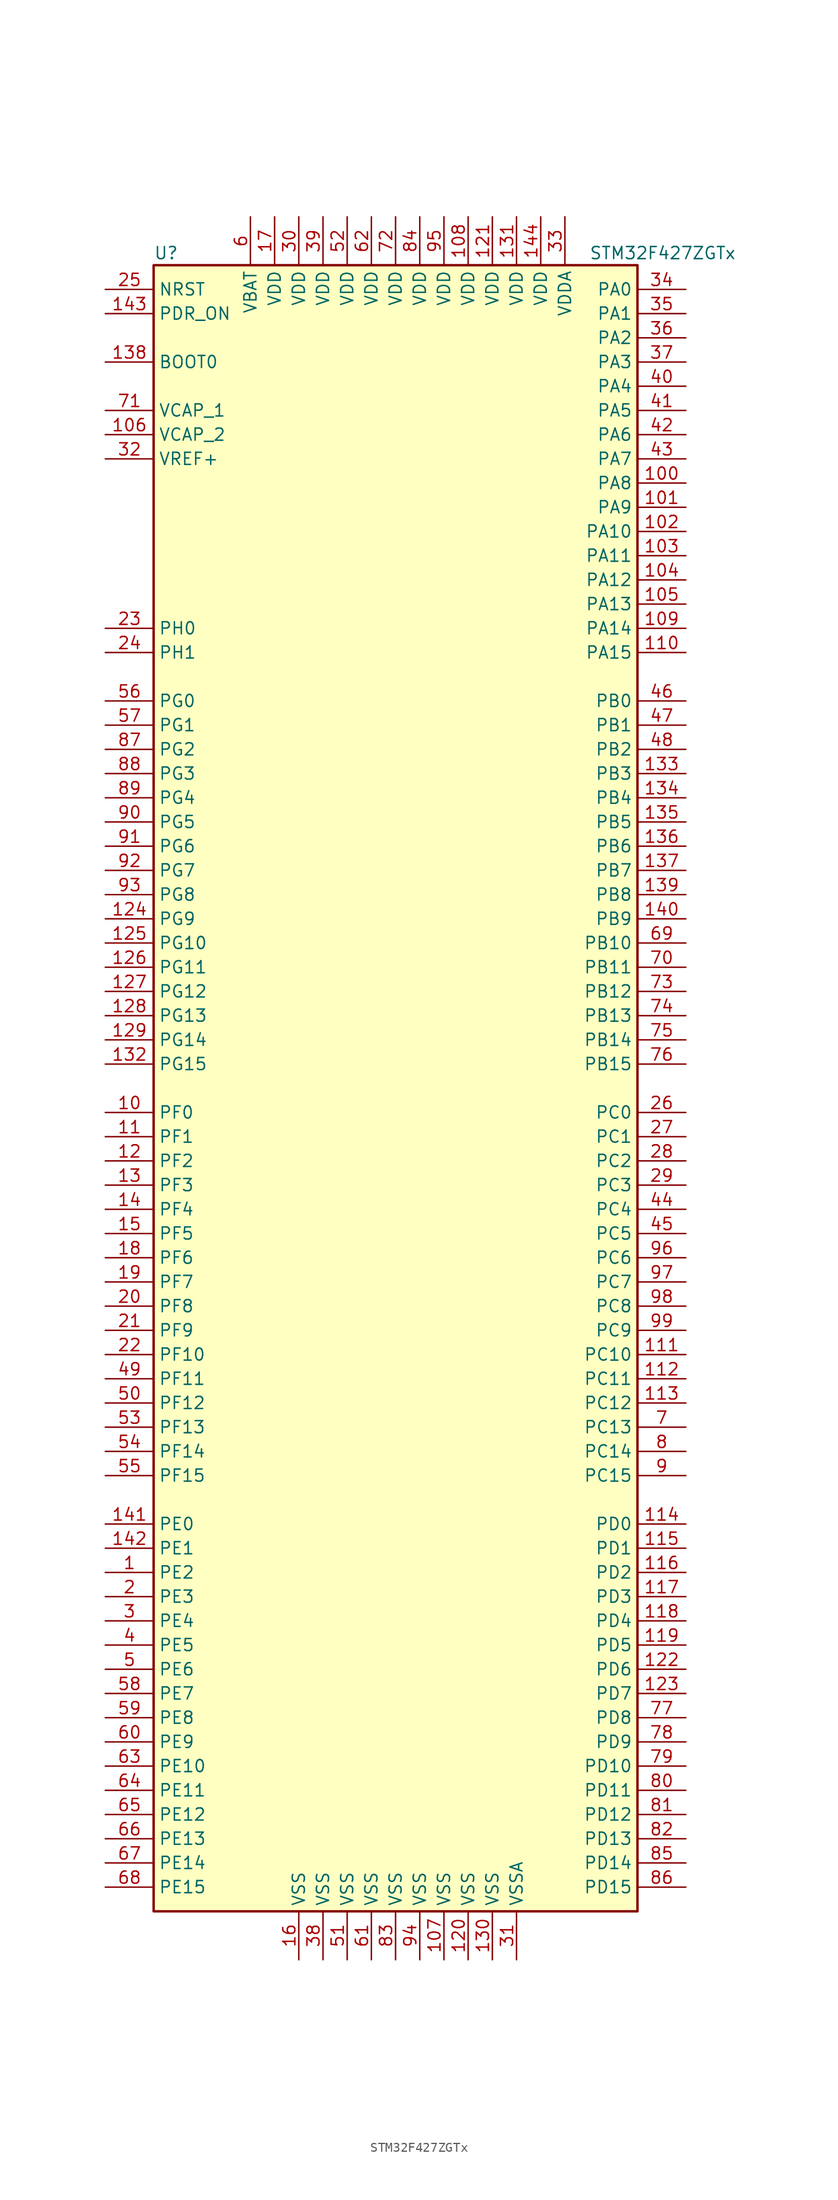
<source format=kicad_sym>
(kicad_symbol_lib
  (version 20220914)
  (generator kicad_symbol_editor)
  (symbol "STM32F427ZGTx"
    (property "Reference" "U"
      (at -25.4 87.63 0)
      (effects (font (size 1.27 1.27)) (justify left)))
    (property "Value" "STM32F427ZGTx"
      (at 20.32 87.63 0)
      (effects (font (size 1.27 1.27)) (justify left)))
    (symbol "STM32F427ZGTx_0_1"
      (rectangle (start -25.4 -86.36) (end 25.4 86.36) (stroke (width 0.254) (type default)) (fill (type background))))
    (symbol "STM32F427ZGTx_1_1"
      (pin bidirectional line (at -30.48 -50.8 0) (length 5.08) (name "PE2" (effects (font (size 1.27 1.27)))) (number "1" (effects (font (size 1.27 1.27)))))
      (pin bidirectional line (at -30.48 -2.54 0) (length 5.08) (name "PF0" (effects (font (size 1.27 1.27)))) (number "10" (effects (font (size 1.27 1.27)))))
      (pin bidirectional line (at 30.48 63.5 180) (length 5.08) (name "PA8" (effects (font (size 1.27 1.27)))) (number "100" (effects (font (size 1.27 1.27)))))
      (pin bidirectional line (at 30.48 60.96 180) (length 5.08) (name "PA9" (effects (font (size 1.27 1.27)))) (number "101" (effects (font (size 1.27 1.27)))))
      (pin bidirectional line (at 30.48 58.42 180) (length 5.08) (name "PA10" (effects (font (size 1.27 1.27)))) (number "102" (effects (font (size 1.27 1.27)))))
      (pin bidirectional line (at 30.48 55.88 180) (length 5.08) (name "PA11" (effects (font (size 1.27 1.27)))) (number "103" (effects (font (size 1.27 1.27)))))
      (pin bidirectional line (at 30.48 53.34 180) (length 5.08) (name "PA12" (effects (font (size 1.27 1.27)))) (number "104" (effects (font (size 1.27 1.27)))))
      (pin bidirectional line (at 30.48 50.8 180) (length 5.08) (name "PA13" (effects (font (size 1.27 1.27)))) (number "105" (effects (font (size 1.27 1.27)))))
      (pin power_in line (at -30.48 68.58 0) (length 5.08) (name "VCAP_2" (effects (font (size 1.27 1.27)))) (number "106" (effects (font (size 1.27 1.27)))))
      (pin power_in line (at 5.08 -91.44 90) (length 5.08) (name "VSS" (effects (font (size 1.27 1.27)))) (number "107" (effects (font (size 1.27 1.27)))))
      (pin power_in line (at 7.62 91.44 270) (length 5.08) (name "VDD" (effects (font (size 1.27 1.27)))) (number "108" (effects (font (size 1.27 1.27)))))
      (pin bidirectional line (at 30.48 48.26 180) (length 5.08) (name "PA14" (effects (font (size 1.27 1.27)))) (number "109" (effects (font (size 1.27 1.27)))))
      (pin bidirectional line (at -30.48 -5.08 0) (length 5.08) (name "PF1" (effects (font (size 1.27 1.27)))) (number "11" (effects (font (size 1.27 1.27)))))
      (pin bidirectional line (at 30.48 45.72 180) (length 5.08) (name "PA15" (effects (font (size 1.27 1.27)))) (number "110" (effects (font (size 1.27 1.27)))))
      (pin bidirectional line (at 30.48 -27.94 180) (length 5.08) (name "PC10" (effects (font (size 1.27 1.27)))) (number "111" (effects (font (size 1.27 1.27)))))
      (pin bidirectional line (at 30.48 -30.48 180) (length 5.08) (name "PC11" (effects (font (size 1.27 1.27)))) (number "112" (effects (font (size 1.27 1.27)))))
      (pin bidirectional line (at 30.48 -33.02 180) (length 5.08) (name "PC12" (effects (font (size 1.27 1.27)))) (number "113" (effects (font (size 1.27 1.27)))))
      (pin bidirectional line (at 30.48 -45.72 180) (length 5.08) (name "PD0" (effects (font (size 1.27 1.27)))) (number "114" (effects (font (size 1.27 1.27)))))
      (pin bidirectional line (at 30.48 -48.26 180) (length 5.08) (name "PD1" (effects (font (size 1.27 1.27)))) (number "115" (effects (font (size 1.27 1.27)))))
      (pin bidirectional line (at 30.48 -50.8 180) (length 5.08) (name "PD2" (effects (font (size 1.27 1.27)))) (number "116" (effects (font (size 1.27 1.27)))))
      (pin bidirectional line (at 30.48 -53.34 180) (length 5.08) (name "PD3" (effects (font (size 1.27 1.27)))) (number "117" (effects (font (size 1.27 1.27)))))
      (pin bidirectional line (at 30.48 -55.88 180) (length 5.08) (name "PD4" (effects (font (size 1.27 1.27)))) (number "118" (effects (font (size 1.27 1.27)))))
      (pin bidirectional line (at 30.48 -58.42 180) (length 5.08) (name "PD5" (effects (font (size 1.27 1.27)))) (number "119" (effects (font (size 1.27 1.27)))))
      (pin bidirectional line (at -30.48 -7.62 0) (length 5.08) (name "PF2" (effects (font (size 1.27 1.27)))) (number "12" (effects (font (size 1.27 1.27)))))
      (pin power_in line (at 7.62 -91.44 90) (length 5.08) (name "VSS" (effects (font (size 1.27 1.27)))) (number "120" (effects (font (size 1.27 1.27)))))
      (pin power_in line (at 10.16 91.44 270) (length 5.08) (name "VDD" (effects (font (size 1.27 1.27)))) (number "121" (effects (font (size 1.27 1.27)))))
      (pin bidirectional line (at 30.48 -60.96 180) (length 5.08) (name "PD6" (effects (font (size 1.27 1.27)))) (number "122" (effects (font (size 1.27 1.27)))))
      (pin bidirectional line (at 30.48 -63.5 180) (length 5.08) (name "PD7" (effects (font (size 1.27 1.27)))) (number "123" (effects (font (size 1.27 1.27)))))
      (pin bidirectional line (at -30.48 17.78 0) (length 5.08) (name "PG9" (effects (font (size 1.27 1.27)))) (number "124" (effects (font (size 1.27 1.27)))))
      (pin bidirectional line (at -30.48 15.24 0) (length 5.08) (name "PG10" (effects (font (size 1.27 1.27)))) (number "125" (effects (font (size 1.27 1.27)))))
      (pin bidirectional line (at -30.48 12.7 0) (length 5.08) (name "PG11" (effects (font (size 1.27 1.27)))) (number "126" (effects (font (size 1.27 1.27)))))
      (pin bidirectional line (at -30.48 10.16 0) (length 5.08) (name "PG12" (effects (font (size 1.27 1.27)))) (number "127" (effects (font (size 1.27 1.27)))))
      (pin bidirectional line (at -30.48 7.62 0) (length 5.08) (name "PG13" (effects (font (size 1.27 1.27)))) (number "128" (effects (font (size 1.27 1.27)))))
      (pin bidirectional line (at -30.48 5.08 0) (length 5.08) (name "PG14" (effects (font (size 1.27 1.27)))) (number "129" (effects (font (size 1.27 1.27)))))
      (pin bidirectional line (at -30.48 -10.16 0) (length 5.08) (name "PF3" (effects (font (size 1.27 1.27)))) (number "13" (effects (font (size 1.27 1.27)))))
      (pin power_in line (at 10.16 -91.44 90) (length 5.08) (name "VSS" (effects (font (size 1.27 1.27)))) (number "130" (effects (font (size 1.27 1.27)))))
      (pin power_in line (at 12.7 91.44 270) (length 5.08) (name "VDD" (effects (font (size 1.27 1.27)))) (number "131" (effects (font (size 1.27 1.27)))))
      (pin bidirectional line (at -30.48 2.54 0) (length 5.08) (name "PG15" (effects (font (size 1.27 1.27)))) (number "132" (effects (font (size 1.27 1.27)))))
      (pin bidirectional line (at 30.48 33.02 180) (length 5.08) (name "PB3" (effects (font (size 1.27 1.27)))) (number "133" (effects (font (size 1.27 1.27)))))
      (pin bidirectional line (at 30.48 30.48 180) (length 5.08) (name "PB4" (effects (font (size 1.27 1.27)))) (number "134" (effects (font (size 1.27 1.27)))))
      (pin bidirectional line (at 30.48 27.94 180) (length 5.08) (name "PB5" (effects (font (size 1.27 1.27)))) (number "135" (effects (font (size 1.27 1.27)))))
      (pin bidirectional line (at 30.48 25.4 180) (length 5.08) (name "PB6" (effects (font (size 1.27 1.27)))) (number "136" (effects (font (size 1.27 1.27)))))
      (pin bidirectional line (at 30.48 22.86 180) (length 5.08) (name "PB7" (effects (font (size 1.27 1.27)))) (number "137" (effects (font (size 1.27 1.27)))))
      (pin input line (at -30.48 76.2 0) (length 5.08) (name "BOOT0" (effects (font (size 1.27 1.27)))) (number "138" (effects (font (size 1.27 1.27)))))
      (pin bidirectional line (at 30.48 20.32 180) (length 5.08) (name "PB8" (effects (font (size 1.27 1.27)))) (number "139" (effects (font (size 1.27 1.27)))))
      (pin bidirectional line (at -30.48 -12.7 0) (length 5.08) (name "PF4" (effects (font (size 1.27 1.27)))) (number "14" (effects (font (size 1.27 1.27)))))
      (pin bidirectional line (at 30.48 17.78 180) (length 5.08) (name "PB9" (effects (font (size 1.27 1.27)))) (number "140" (effects (font (size 1.27 1.27)))))
      (pin bidirectional line (at -30.48 -45.72 0) (length 5.08) (name "PE0" (effects (font (size 1.27 1.27)))) (number "141" (effects (font (size 1.27 1.27)))))
      (pin bidirectional line (at -30.48 -48.26 0) (length 5.08) (name "PE1" (effects (font (size 1.27 1.27)))) (number "142" (effects (font (size 1.27 1.27)))))
      (pin input line (at -30.48 81.28 0) (length 5.08) (name "PDR_ON" (effects (font (size 1.27 1.27)))) (number "143" (effects (font (size 1.27 1.27)))))
      (pin power_in line (at 15.24 91.44 270) (length 5.08) (name "VDD" (effects (font (size 1.27 1.27)))) (number "144" (effects (font (size 1.27 1.27)))))
      (pin bidirectional line (at -30.48 -15.24 0) (length 5.08) (name "PF5" (effects (font (size 1.27 1.27)))) (number "15" (effects (font (size 1.27 1.27)))))
      (pin power_in line (at -10.16 -91.44 90) (length 5.08) (name "VSS" (effects (font (size 1.27 1.27)))) (number "16" (effects (font (size 1.27 1.27)))))
      (pin power_in line (at -12.7 91.44 270) (length 5.08) (name "VDD" (effects (font (size 1.27 1.27)))) (number "17" (effects (font (size 1.27 1.27)))))
      (pin bidirectional line (at -30.48 -17.78 0) (length 5.08) (name "PF6" (effects (font (size 1.27 1.27)))) (number "18" (effects (font (size 1.27 1.27)))))
      (pin bidirectional line (at -30.48 -20.32 0) (length 5.08) (name "PF7" (effects (font (size 1.27 1.27)))) (number "19" (effects (font (size 1.27 1.27)))))
      (pin bidirectional line (at -30.48 -53.34 0) (length 5.08) (name "PE3" (effects (font (size 1.27 1.27)))) (number "2" (effects (font (size 1.27 1.27)))))
      (pin bidirectional line (at -30.48 -22.86 0) (length 5.08) (name "PF8" (effects (font (size 1.27 1.27)))) (number "20" (effects (font (size 1.27 1.27)))))
      (pin bidirectional line (at -30.48 -25.4 0) (length 5.08) (name "PF9" (effects (font (size 1.27 1.27)))) (number "21" (effects (font (size 1.27 1.27)))))
      (pin bidirectional line (at -30.48 -27.94 0) (length 5.08) (name "PF10" (effects (font (size 1.27 1.27)))) (number "22" (effects (font (size 1.27 1.27)))))
      (pin input line (at -30.48 48.26 0) (length 5.08) (name "PH0" (effects (font (size 1.27 1.27)))) (number "23" (effects (font (size 1.27 1.27)))))
      (pin input line (at -30.48 45.72 0) (length 5.08) (name "PH1" (effects (font (size 1.27 1.27)))) (number "24" (effects (font (size 1.27 1.27)))))
      (pin input line (at -30.48 83.82 0) (length 5.08) (name "NRST" (effects (font (size 1.27 1.27)))) (number "25" (effects (font (size 1.27 1.27)))))
      (pin bidirectional line (at 30.48 -2.54 180) (length 5.08) (name "PC0" (effects (font (size 1.27 1.27)))) (number "26" (effects (font (size 1.27 1.27)))))
      (pin bidirectional line (at 30.48 -5.08 180) (length 5.08) (name "PC1" (effects (font (size 1.27 1.27)))) (number "27" (effects (font (size 1.27 1.27)))))
      (pin bidirectional line (at 30.48 -7.62 180) (length 5.08) (name "PC2" (effects (font (size 1.27 1.27)))) (number "28" (effects (font (size 1.27 1.27)))))
      (pin bidirectional line (at 30.48 -10.16 180) (length 5.08) (name "PC3" (effects (font (size 1.27 1.27)))) (number "29" (effects (font (size 1.27 1.27)))))
      (pin bidirectional line (at -30.48 -55.88 0) (length 5.08) (name "PE4" (effects (font (size 1.27 1.27)))) (number "3" (effects (font (size 1.27 1.27)))))
      (pin power_in line (at -10.16 91.44 270) (length 5.08) (name "VDD" (effects (font (size 1.27 1.27)))) (number "30" (effects (font (size 1.27 1.27)))))
      (pin power_in line (at 12.7 -91.44 90) (length 5.08) (name "VSSA" (effects (font (size 1.27 1.27)))) (number "31" (effects (font (size 1.27 1.27)))))
      (pin power_in line (at -30.48 66.04 0) (length 5.08) (name "VREF+" (effects (font (size 1.27 1.27)))) (number "32" (effects (font (size 1.27 1.27)))))
      (pin power_in line (at 17.78 91.44 270) (length 5.08) (name "VDDA" (effects (font (size 1.27 1.27)))) (number "33" (effects (font (size 1.27 1.27)))))
      (pin bidirectional line (at 30.48 83.82 180) (length 5.08) (name "PA0" (effects (font (size 1.27 1.27)))) (number "34" (effects (font (size 1.27 1.27)))))
      (pin bidirectional line (at 30.48 81.28 180) (length 5.08) (name "PA1" (effects (font (size 1.27 1.27)))) (number "35" (effects (font (size 1.27 1.27)))))
      (pin bidirectional line (at 30.48 78.74 180) (length 5.08) (name "PA2" (effects (font (size 1.27 1.27)))) (number "36" (effects (font (size 1.27 1.27)))))
      (pin bidirectional line (at 30.48 76.2 180) (length 5.08) (name "PA3" (effects (font (size 1.27 1.27)))) (number "37" (effects (font (size 1.27 1.27)))))
      (pin power_in line (at -7.62 -91.44 90) (length 5.08) (name "VSS" (effects (font (size 1.27 1.27)))) (number "38" (effects (font (size 1.27 1.27)))))
      (pin power_in line (at -7.62 91.44 270) (length 5.08) (name "VDD" (effects (font (size 1.27 1.27)))) (number "39" (effects (font (size 1.27 1.27)))))
      (pin bidirectional line (at -30.48 -58.42 0) (length 5.08) (name "PE5" (effects (font (size 1.27 1.27)))) (number "4" (effects (font (size 1.27 1.27)))))
      (pin bidirectional line (at 30.48 73.66 180) (length 5.08) (name "PA4" (effects (font (size 1.27 1.27)))) (number "40" (effects (font (size 1.27 1.27)))))
      (pin bidirectional line (at 30.48 71.12 180) (length 5.08) (name "PA5" (effects (font (size 1.27 1.27)))) (number "41" (effects (font (size 1.27 1.27)))))
      (pin bidirectional line (at 30.48 68.58 180) (length 5.08) (name "PA6" (effects (font (size 1.27 1.27)))) (number "42" (effects (font (size 1.27 1.27)))))
      (pin bidirectional line (at 30.48 66.04 180) (length 5.08) (name "PA7" (effects (font (size 1.27 1.27)))) (number "43" (effects (font (size 1.27 1.27)))))
      (pin bidirectional line (at 30.48 -12.7 180) (length 5.08) (name "PC4" (effects (font (size 1.27 1.27)))) (number "44" (effects (font (size 1.27 1.27)))))
      (pin bidirectional line (at 30.48 -15.24 180) (length 5.08) (name "PC5" (effects (font (size 1.27 1.27)))) (number "45" (effects (font (size 1.27 1.27)))))
      (pin bidirectional line (at 30.48 40.64 180) (length 5.08) (name "PB0" (effects (font (size 1.27 1.27)))) (number "46" (effects (font (size 1.27 1.27)))))
      (pin bidirectional line (at 30.48 38.1 180) (length 5.08) (name "PB1" (effects (font (size 1.27 1.27)))) (number "47" (effects (font (size 1.27 1.27)))))
      (pin bidirectional line (at 30.48 35.56 180) (length 5.08) (name "PB2" (effects (font (size 1.27 1.27)))) (number "48" (effects (font (size 1.27 1.27)))))
      (pin bidirectional line (at -30.48 -30.48 0) (length 5.08) (name "PF11" (effects (font (size 1.27 1.27)))) (number "49" (effects (font (size 1.27 1.27)))))
      (pin bidirectional line (at -30.48 -60.96 0) (length 5.08) (name "PE6" (effects (font (size 1.27 1.27)))) (number "5" (effects (font (size 1.27 1.27)))))
      (pin bidirectional line (at -30.48 -33.02 0) (length 5.08) (name "PF12" (effects (font (size 1.27 1.27)))) (number "50" (effects (font (size 1.27 1.27)))))
      (pin power_in line (at -5.08 -91.44 90) (length 5.08) (name "VSS" (effects (font (size 1.27 1.27)))) (number "51" (effects (font (size 1.27 1.27)))))
      (pin power_in line (at -5.08 91.44 270) (length 5.08) (name "VDD" (effects (font (size 1.27 1.27)))) (number "52" (effects (font (size 1.27 1.27)))))
      (pin bidirectional line (at -30.48 -35.56 0) (length 5.08) (name "PF13" (effects (font (size 1.27 1.27)))) (number "53" (effects (font (size 1.27 1.27)))))
      (pin bidirectional line (at -30.48 -38.1 0) (length 5.08) (name "PF14" (effects (font (size 1.27 1.27)))) (number "54" (effects (font (size 1.27 1.27)))))
      (pin bidirectional line (at -30.48 -40.64 0) (length 5.08) (name "PF15" (effects (font (size 1.27 1.27)))) (number "55" (effects (font (size 1.27 1.27)))))
      (pin bidirectional line (at -30.48 40.64 0) (length 5.08) (name "PG0" (effects (font (size 1.27 1.27)))) (number "56" (effects (font (size 1.27 1.27)))))
      (pin bidirectional line (at -30.48 38.1 0) (length 5.08) (name "PG1" (effects (font (size 1.27 1.27)))) (number "57" (effects (font (size 1.27 1.27)))))
      (pin bidirectional line (at -30.48 -63.5 0) (length 5.08) (name "PE7" (effects (font (size 1.27 1.27)))) (number "58" (effects (font (size 1.27 1.27)))))
      (pin bidirectional line (at -30.48 -66.04 0) (length 5.08) (name "PE8" (effects (font (size 1.27 1.27)))) (number "59" (effects (font (size 1.27 1.27)))))
      (pin power_in line (at -15.24 91.44 270) (length 5.08) (name "VBAT" (effects (font (size 1.27 1.27)))) (number "6" (effects (font (size 1.27 1.27)))))
      (pin bidirectional line (at -30.48 -68.58 0) (length 5.08) (name "PE9" (effects (font (size 1.27 1.27)))) (number "60" (effects (font (size 1.27 1.27)))))
      (pin power_in line (at -2.54 -91.44 90) (length 5.08) (name "VSS" (effects (font (size 1.27 1.27)))) (number "61" (effects (font (size 1.27 1.27)))))
      (pin power_in line (at -2.54 91.44 270) (length 5.08) (name "VDD" (effects (font (size 1.27 1.27)))) (number "62" (effects (font (size 1.27 1.27)))))
      (pin bidirectional line (at -30.48 -71.12 0) (length 5.08) (name "PE10" (effects (font (size 1.27 1.27)))) (number "63" (effects (font (size 1.27 1.27)))))
      (pin bidirectional line (at -30.48 -73.66 0) (length 5.08) (name "PE11" (effects (font (size 1.27 1.27)))) (number "64" (effects (font (size 1.27 1.27)))))
      (pin bidirectional line (at -30.48 -76.2 0) (length 5.08) (name "PE12" (effects (font (size 1.27 1.27)))) (number "65" (effects (font (size 1.27 1.27)))))
      (pin bidirectional line (at -30.48 -78.74 0) (length 5.08) (name "PE13" (effects (font (size 1.27 1.27)))) (number "66" (effects (font (size 1.27 1.27)))))
      (pin bidirectional line (at -30.48 -81.28 0) (length 5.08) (name "PE14" (effects (font (size 1.27 1.27)))) (number "67" (effects (font (size 1.27 1.27)))))
      (pin bidirectional line (at -30.48 -83.82 0) (length 5.08) (name "PE15" (effects (font (size 1.27 1.27)))) (number "68" (effects (font (size 1.27 1.27)))))
      (pin bidirectional line (at 30.48 15.24 180) (length 5.08) (name "PB10" (effects (font (size 1.27 1.27)))) (number "69" (effects (font (size 1.27 1.27)))))
      (pin bidirectional line (at 30.48 -35.56 180) (length 5.08) (name "PC13" (effects (font (size 1.27 1.27)))) (number "7" (effects (font (size 1.27 1.27)))))
      (pin bidirectional line (at 30.48 12.7 180) (length 5.08) (name "PB11" (effects (font (size 1.27 1.27)))) (number "70" (effects (font (size 1.27 1.27)))))
      (pin power_in line (at -30.48 71.12 0) (length 5.08) (name "VCAP_1" (effects (font (size 1.27 1.27)))) (number "71" (effects (font (size 1.27 1.27)))))
      (pin power_in line (at 0 91.44 270) (length 5.08) (name "VDD" (effects (font (size 1.27 1.27)))) (number "72" (effects (font (size 1.27 1.27)))))
      (pin bidirectional line (at 30.48 10.16 180) (length 5.08) (name "PB12" (effects (font (size 1.27 1.27)))) (number "73" (effects (font (size 1.27 1.27)))))
      (pin bidirectional line (at 30.48 7.62 180) (length 5.08) (name "PB13" (effects (font (size 1.27 1.27)))) (number "74" (effects (font (size 1.27 1.27)))))
      (pin bidirectional line (at 30.48 5.08 180) (length 5.08) (name "PB14" (effects (font (size 1.27 1.27)))) (number "75" (effects (font (size 1.27 1.27)))))
      (pin bidirectional line (at 30.48 2.54 180) (length 5.08) (name "PB15" (effects (font (size 1.27 1.27)))) (number "76" (effects (font (size 1.27 1.27)))))
      (pin bidirectional line (at 30.48 -66.04 180) (length 5.08) (name "PD8" (effects (font (size 1.27 1.27)))) (number "77" (effects (font (size 1.27 1.27)))))
      (pin bidirectional line (at 30.48 -68.58 180) (length 5.08) (name "PD9" (effects (font (size 1.27 1.27)))) (number "78" (effects (font (size 1.27 1.27)))))
      (pin bidirectional line (at 30.48 -71.12 180) (length 5.08) (name "PD10" (effects (font (size 1.27 1.27)))) (number "79" (effects (font (size 1.27 1.27)))))
      (pin bidirectional line (at 30.48 -38.1 180) (length 5.08) (name "PC14" (effects (font (size 1.27 1.27)))) (number "8" (effects (font (size 1.27 1.27)))))
      (pin bidirectional line (at 30.48 -73.66 180) (length 5.08) (name "PD11" (effects (font (size 1.27 1.27)))) (number "80" (effects (font (size 1.27 1.27)))))
      (pin bidirectional line (at 30.48 -76.2 180) (length 5.08) (name "PD12" (effects (font (size 1.27 1.27)))) (number "81" (effects (font (size 1.27 1.27)))))
      (pin bidirectional line (at 30.48 -78.74 180) (length 5.08) (name "PD13" (effects (font (size 1.27 1.27)))) (number "82" (effects (font (size 1.27 1.27)))))
      (pin power_in line (at 0 -91.44 90) (length 5.08) (name "VSS" (effects (font (size 1.27 1.27)))) (number "83" (effects (font (size 1.27 1.27)))))
      (pin power_in line (at 2.54 91.44 270) (length 5.08) (name "VDD" (effects (font (size 1.27 1.27)))) (number "84" (effects (font (size 1.27 1.27)))))
      (pin bidirectional line (at 30.48 -81.28 180) (length 5.08) (name "PD14" (effects (font (size 1.27 1.27)))) (number "85" (effects (font (size 1.27 1.27)))))
      (pin bidirectional line (at 30.48 -83.82 180) (length 5.08) (name "PD15" (effects (font (size 1.27 1.27)))) (number "86" (effects (font (size 1.27 1.27)))))
      (pin bidirectional line (at -30.48 35.56 0) (length 5.08) (name "PG2" (effects (font (size 1.27 1.27)))) (number "87" (effects (font (size 1.27 1.27)))))
      (pin bidirectional line (at -30.48 33.02 0) (length 5.08) (name "PG3" (effects (font (size 1.27 1.27)))) (number "88" (effects (font (size 1.27 1.27)))))
      (pin bidirectional line (at -30.48 30.48 0) (length 5.08) (name "PG4" (effects (font (size 1.27 1.27)))) (number "89" (effects (font (size 1.27 1.27)))))
      (pin bidirectional line (at 30.48 -40.64 180) (length 5.08) (name "PC15" (effects (font (size 1.27 1.27)))) (number "9" (effects (font (size 1.27 1.27)))))
      (pin bidirectional line (at -30.48 27.94 0) (length 5.08) (name "PG5" (effects (font (size 1.27 1.27)))) (number "90" (effects (font (size 1.27 1.27)))))
      (pin bidirectional line (at -30.48 25.4 0) (length 5.08) (name "PG6" (effects (font (size 1.27 1.27)))) (number "91" (effects (font (size 1.27 1.27)))))
      (pin bidirectional line (at -30.48 22.86 0) (length 5.08) (name "PG7" (effects (font (size 1.27 1.27)))) (number "92" (effects (font (size 1.27 1.27)))))
      (pin bidirectional line (at -30.48 20.32 0) (length 5.08) (name "PG8" (effects (font (size 1.27 1.27)))) (number "93" (effects (font (size 1.27 1.27)))))
      (pin power_in line (at 2.54 -91.44 90) (length 5.08) (name "VSS" (effects (font (size 1.27 1.27)))) (number "94" (effects (font (size 1.27 1.27)))))
      (pin power_in line (at 5.08 91.44 270) (length 5.08) (name "VDD" (effects (font (size 1.27 1.27)))) (number "95" (effects (font (size 1.27 1.27)))))
      (pin bidirectional line (at 30.48 -17.78 180) (length 5.08) (name "PC6" (effects (font (size 1.27 1.27)))) (number "96" (effects (font (size 1.27 1.27)))))
      (pin bidirectional line (at 30.48 -20.32 180) (length 5.08) (name "PC7" (effects (font (size 1.27 1.27)))) (number "97" (effects (font (size 1.27 1.27)))))
      (pin bidirectional line (at 30.48 -22.86 180) (length 5.08) (name "PC8" (effects (font (size 1.27 1.27)))) (number "98" (effects (font (size 1.27 1.27)))))
      (pin bidirectional line (at 30.48 -25.4 180) (length 5.08) (name "PC9" (effects (font (size 1.27 1.27)))) (number "99" (effects (font (size 1.27 1.27))))))))
</source>
